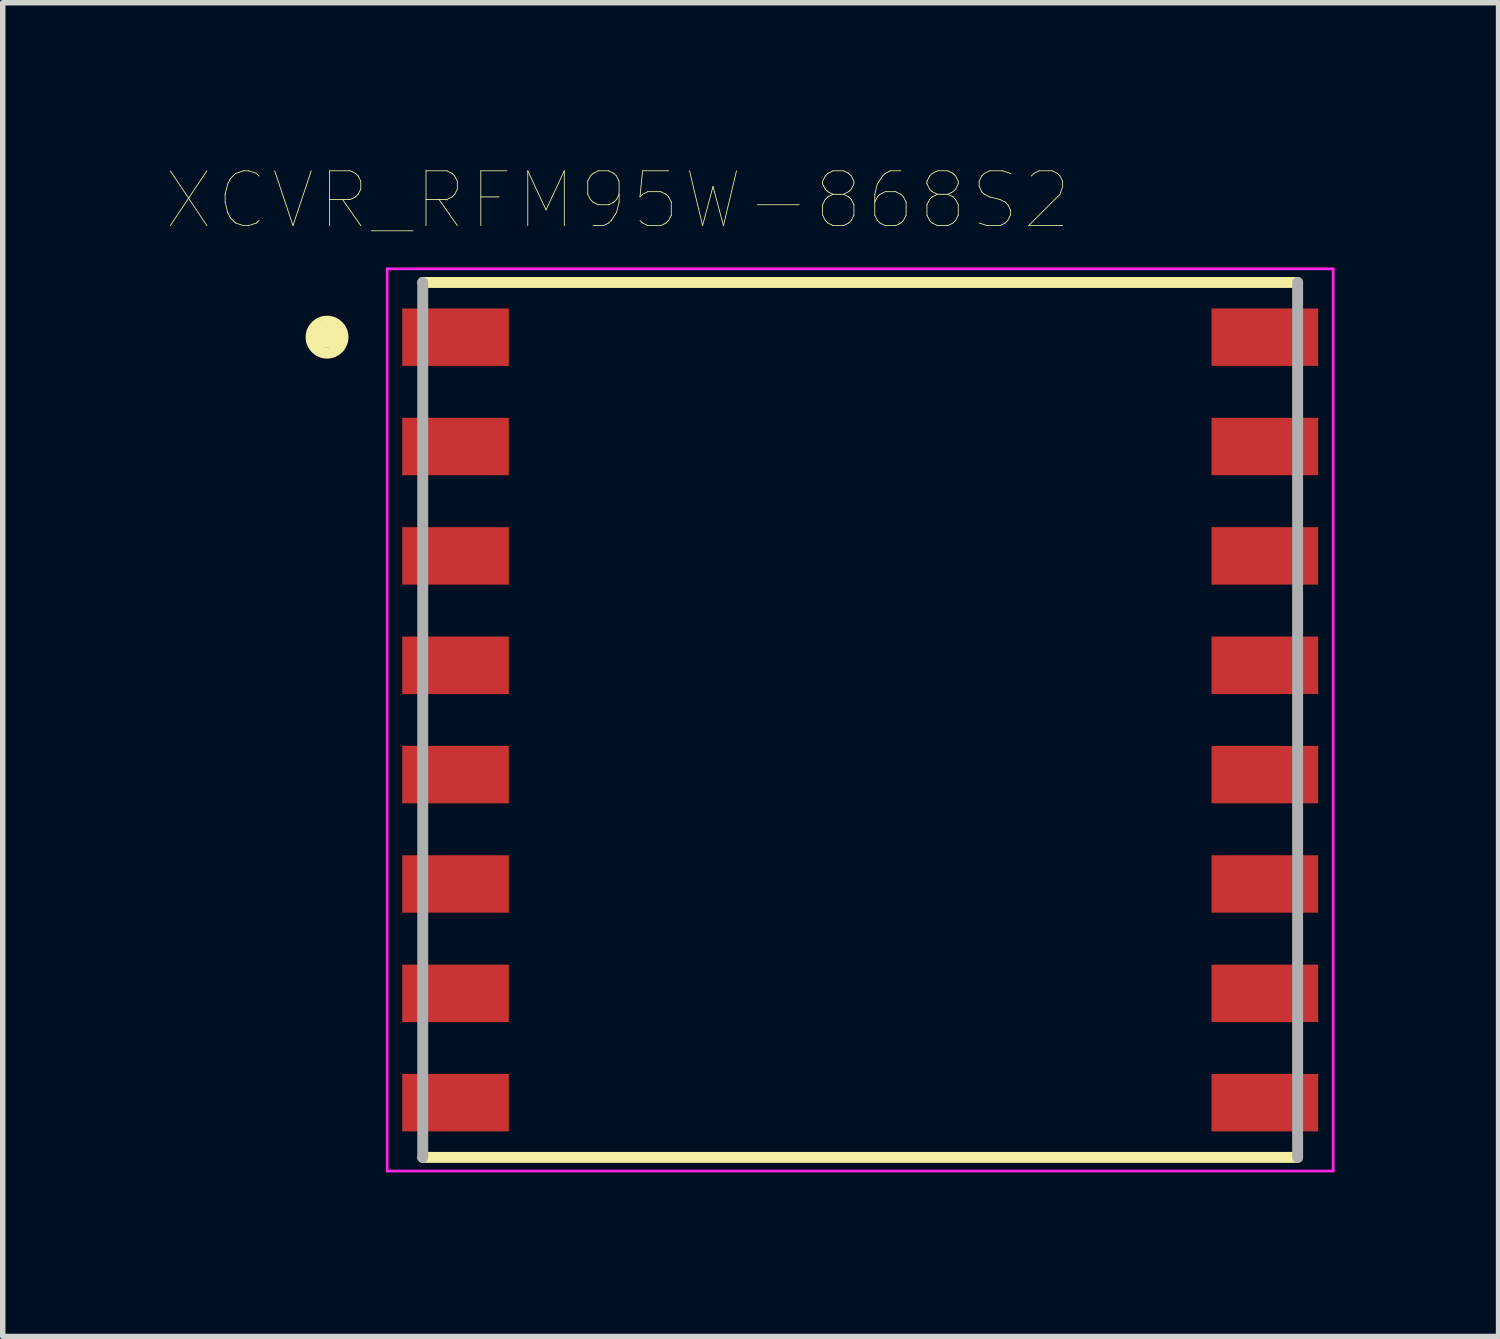
<source format=kicad_pcb>
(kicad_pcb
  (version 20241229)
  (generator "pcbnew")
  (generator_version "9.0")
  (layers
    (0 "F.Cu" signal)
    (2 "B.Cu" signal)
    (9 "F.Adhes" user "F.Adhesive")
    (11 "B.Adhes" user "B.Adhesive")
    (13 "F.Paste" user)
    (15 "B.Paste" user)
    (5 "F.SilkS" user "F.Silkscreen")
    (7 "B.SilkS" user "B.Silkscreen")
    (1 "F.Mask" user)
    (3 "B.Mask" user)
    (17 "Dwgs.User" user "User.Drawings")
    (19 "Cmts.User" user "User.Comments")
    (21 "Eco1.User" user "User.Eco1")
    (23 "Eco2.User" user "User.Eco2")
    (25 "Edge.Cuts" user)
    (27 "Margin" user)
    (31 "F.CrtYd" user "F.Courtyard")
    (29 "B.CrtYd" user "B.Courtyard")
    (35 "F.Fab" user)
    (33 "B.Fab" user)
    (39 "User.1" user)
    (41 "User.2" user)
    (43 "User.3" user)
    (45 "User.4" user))
  (footprint "XCVR_RFM95W-868S2"
    (layer "F.Cu")
    (at 12.681 10.116)
    (property "Reference" "XCVR_RFM95W-868S2" (at -4.433 -9.503 0) (layer "F.SilkS") (effects (font (size 1.002 1.002) (thickness 0.015))))
    (attr through_hole)
    (fp_line (start -8 -8) (end 8 -8) (stroke (width 0.2) (type solid)) (layer "F.SilkS"))
    (fp_line (start 8 8) (end -8 8) (stroke (width 0.2) (type solid)) (layer "F.SilkS"))
    (fp_circle (center -9.75 -7) (end -9.458 -7) (stroke (width 0.2) (type solid)) (fill no) (layer "F.SilkS"))
    (fp_poly (pts (xy -10.011 -7.2) (xy -9.5 -7.2) (xy -9.5 -6.808) (xy -10.011 -6.808)) (stroke (width 0.01) (type solid)) (fill yes) (layer "F.SilkS"))
    (fp_line (start -8.65 -8.25) (end 8.65 -8.25) (stroke (width 0.05) (type solid)) (layer "F.CrtYd"))
    (fp_line (start -8.65 8.25) (end -8.65 -8.25) (stroke (width 0.05) (type solid)) (layer "F.CrtYd"))
    (fp_line (start 8.65 -8.25) (end 8.65 8.25) (stroke (width 0.05) (type solid)) (layer "F.CrtYd"))
    (fp_line (start 8.65 8.25) (end -8.65 8.25) (stroke (width 0.05) (type solid)) (layer "F.CrtYd"))
    (fp_line (start -8 8) (end -8 -8) (stroke (width 0.2) (type solid)) (layer "F.Fab"))
    (fp_line (start 8 -8) (end 8 8) (stroke (width 0.2) (type solid)) (layer "F.Fab"))
    (pad "1" smd rect (at -7.4 -7) (size 1.95 1.05) (layers "F.Cu" "F.Mask" "F.Paste"))
    (pad "2" smd rect (at -7.4 -5) (size 1.95 1.05) (layers "F.Cu" "F.Mask" "F.Paste"))
    (pad "3" smd rect (at -7.4 -3) (size 1.95 1.05) (layers "F.Cu" "F.Mask" "F.Paste"))
    (pad "4" smd rect (at -7.4 -1) (size 1.95 1.05) (layers "F.Cu" "F.Mask" "F.Paste"))
    (pad "5" smd rect (at -7.4 1) (size 1.95 1.05) (layers "F.Cu" "F.Mask" "F.Paste"))
    (pad "6" smd rect (at -7.4 3) (size 1.95 1.05) (layers "F.Cu" "F.Mask" "F.Paste"))
    (pad "7" smd rect (at -7.4 5) (size 1.95 1.05) (layers "F.Cu" "F.Mask" "F.Paste"))
    (pad "8" smd rect (at -7.4 7) (size 1.95 1.05) (layers "F.Cu" "F.Mask" "F.Paste"))
    (pad "9" smd rect (at 7.4 7) (size 1.95 1.05) (layers "F.Cu" "F.Mask" "F.Paste"))
    (pad "10" smd rect (at 7.4 5) (size 1.95 1.05) (layers "F.Cu" "F.Mask" "F.Paste"))
    (pad "11" smd rect (at 7.4 3) (size 1.95 1.05) (layers "F.Cu" "F.Mask" "F.Paste"))
    (pad "12" smd rect (at 7.4 1) (size 1.95 1.05) (layers "F.Cu" "F.Mask" "F.Paste"))
    (pad "13" smd rect (at 7.4 -1) (size 1.95 1.05) (layers "F.Cu" "F.Mask" "F.Paste"))
    (pad "14" smd rect (at 7.4 -3) (size 1.95 1.05) (layers "F.Cu" "F.Mask" "F.Paste"))
    (pad "15" smd rect (at 7.4 -5) (size 1.95 1.05) (layers "F.Cu" "F.Mask" "F.Paste"))
    (pad "16" smd rect (at 7.4 -7) (size 1.95 1.05) (layers "F.Cu" "F.Mask" "F.Paste")))
  (gr_rect
    (start -3 -3)
    (end 24.356 21.391)
    (stroke (width 0.1) (type default))
    (fill no)
    (layer "Edge.Cuts")))
</source>
